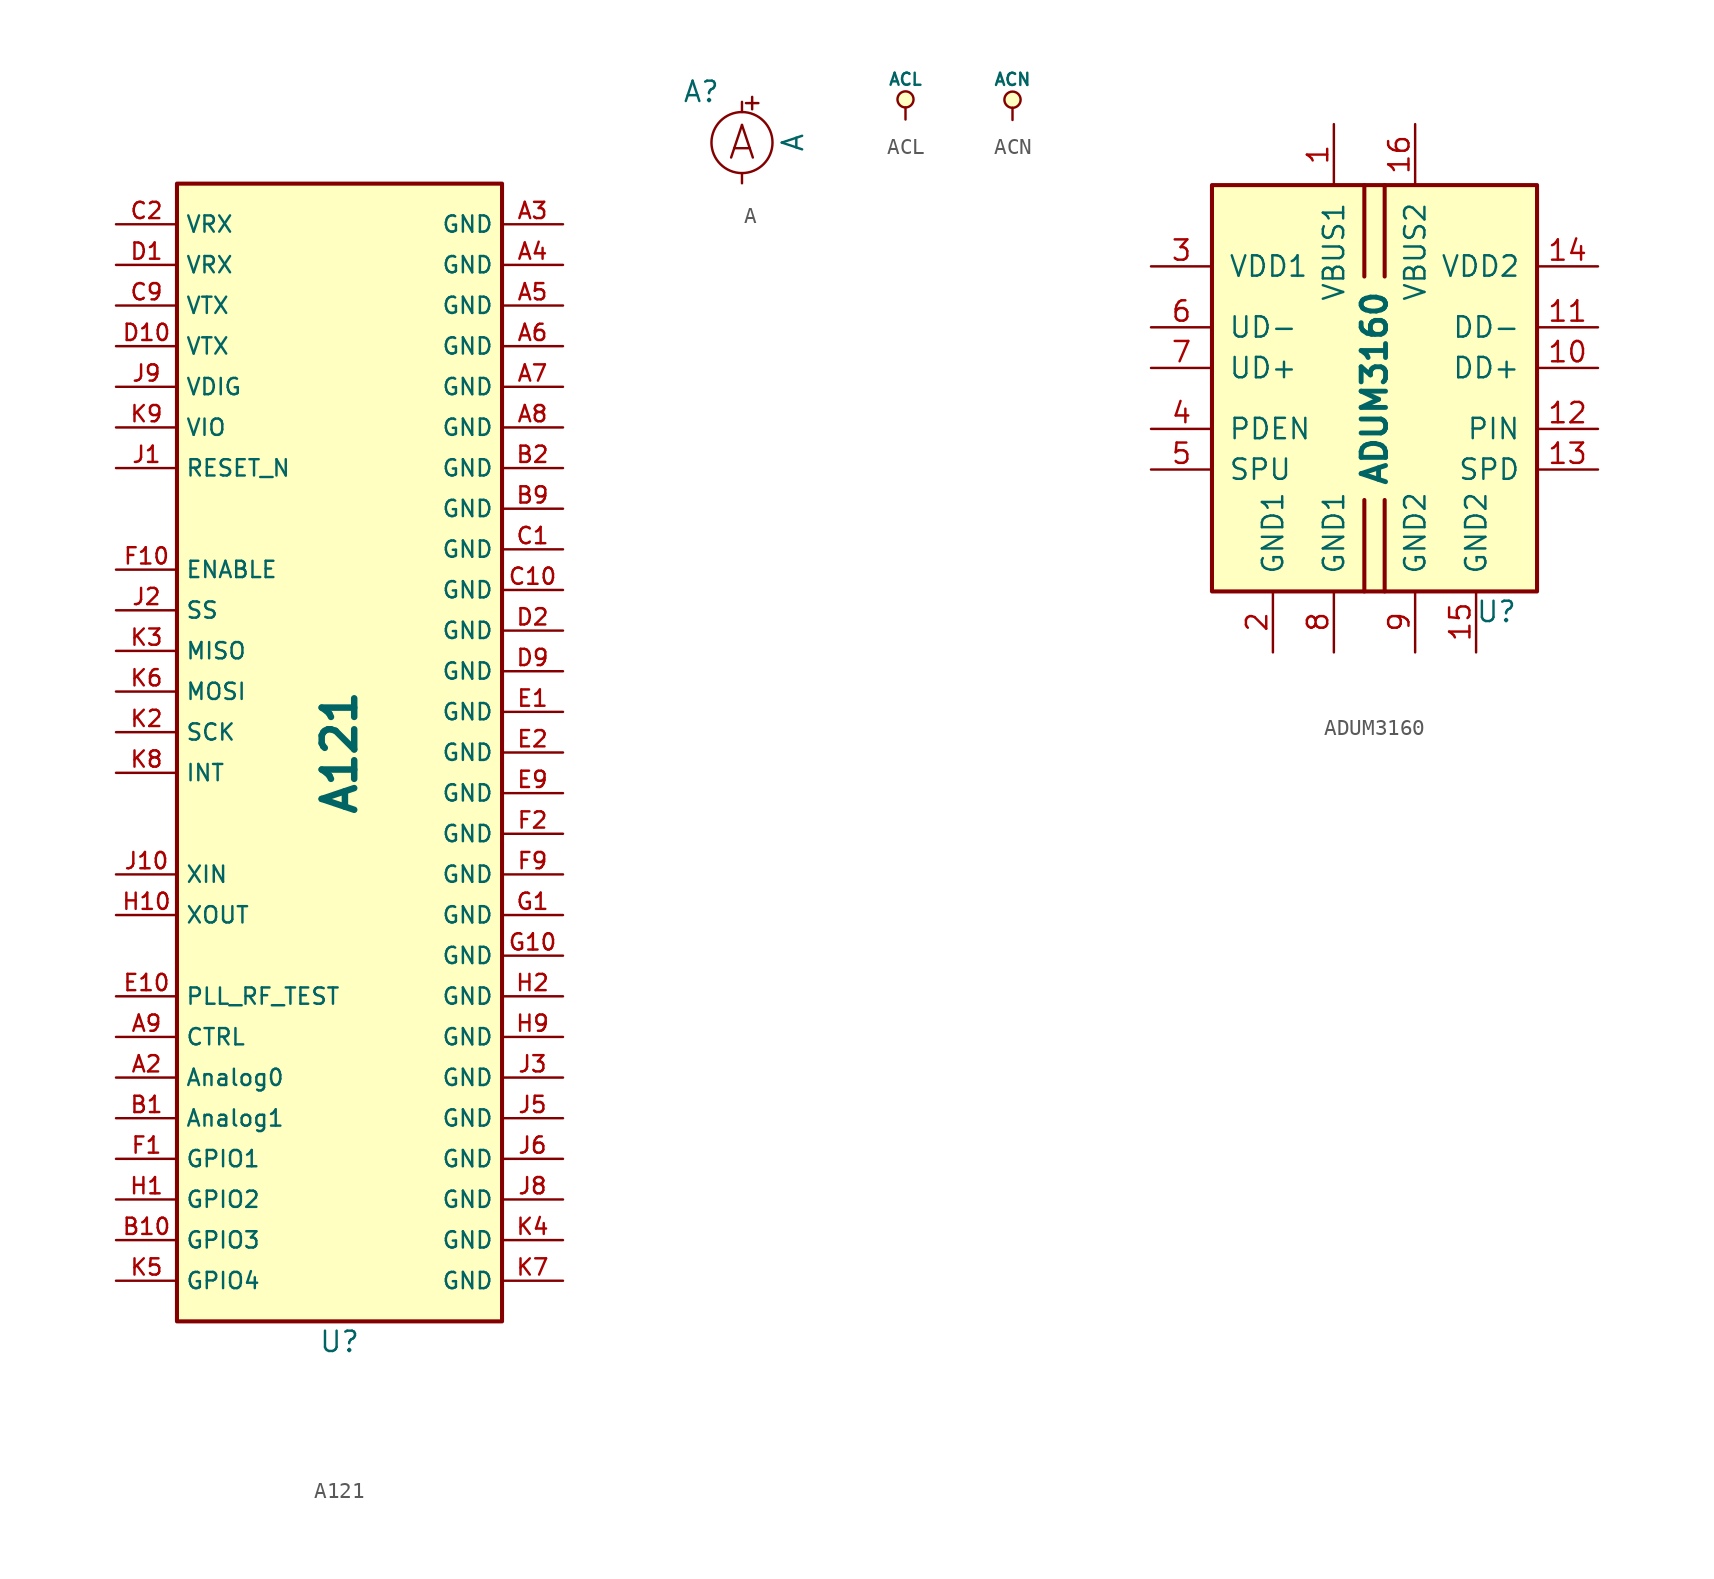
<source format=kicad_sym>
(kicad_symbol_lib
  (version 20231120)
  (generator "kicad_symbol_editor")
  (generator_version "8.0")
  (symbol "A121"
    (property "Reference" "U"
      (at 0 -36.83 0)
      (effects (font (size 1.27 1.27))))
    (property "Value" "A121"
      (at 0 0 90)
      (effects (font (size 2.032 2.032) (bold yes))))
    (symbol "A121_0_1"
      (rectangle (start -10.16 35.56) (end 10.16 -35.56) (stroke (width 0.254) (type default)) (fill (type background))))
    (symbol "A121_1_1"
      (pin passive line (at -13.97 -20.32 0) (length 3.81) (name "Analog0" (effects (font (size 1.016 1.016)))) (number "A2" (effects (font (size 1.016 1.016)))))
      (pin passive line (at 13.97 33.02 180) (length 3.81) (name "GND" (effects (font (size 1.016 1.016)))) (number "A3" (effects (font (size 1.016 1.016)))))
      (pin passive line (at 13.97 30.48 180) (length 3.81) (name "GND" (effects (font (size 1.016 1.016)))) (number "A4" (effects (font (size 1.016 1.016)))))
      (pin passive line (at 13.97 27.94 180) (length 3.81) (name "GND" (effects (font (size 1.016 1.016)))) (number "A5" (effects (font (size 1.016 1.016)))))
      (pin passive line (at 13.97 25.4 180) (length 3.81) (name "GND" (effects (font (size 1.016 1.016)))) (number "A6" (effects (font (size 1.016 1.016)))))
      (pin passive line (at 13.97 22.86 180) (length 3.81) (name "GND" (effects (font (size 1.016 1.016)))) (number "A7" (effects (font (size 1.016 1.016)))))
      (pin passive line (at 13.97 20.32 180) (length 3.81) (name "GND" (effects (font (size 1.016 1.016)))) (number "A8" (effects (font (size 1.016 1.016)))))
      (pin passive line (at -13.97 -17.78 0) (length 3.81) (name "CTRL" (effects (font (size 1.016 1.016)))) (number "A9" (effects (font (size 1.016 1.016)))))
      (pin passive line (at -13.97 -22.86 0) (length 3.81) (name "Analog1" (effects (font (size 1.016 1.016)))) (number "B1" (effects (font (size 1.016 1.016)))))
      (pin passive line (at -13.97 -30.48 0) (length 3.81) (name "GPIO3" (effects (font (size 1.016 1.016)))) (number "B10" (effects (font (size 1.016 1.016)))))
      (pin passive line (at 13.97 17.78 180) (length 3.81) (name "GND" (effects (font (size 1.016 1.016)))) (number "B2" (effects (font (size 1.016 1.016)))))
      (pin passive line (at 13.97 15.24 180) (length 3.81) (name "GND" (effects (font (size 1.016 1.016)))) (number "B9" (effects (font (size 1.016 1.016)))))
      (pin passive line (at 13.97 12.7 180) (length 3.81) (name "GND" (effects (font (size 1.016 1.016)))) (number "C1" (effects (font (size 1.016 1.016)))))
      (pin passive line (at 13.97 10.16 180) (length 3.81) (name "GND" (effects (font (size 1.016 1.016)))) (number "C10" (effects (font (size 1.016 1.016)))))
      (pin passive line (at -13.97 33.02 0) (length 3.81) (name "VRX" (effects (font (size 1.016 1.016)))) (number "C2" (effects (font (size 1.016 1.016)))))
      (pin passive line (at -13.97 27.94 0) (length 3.81) (name "VTX" (effects (font (size 1.016 1.016)))) (number "C9" (effects (font (size 1.016 1.016)))))
      (pin passive line (at -13.97 30.48 0) (length 3.81) (name "VRX" (effects (font (size 1.016 1.016)))) (number "D1" (effects (font (size 1.016 1.016)))))
      (pin passive line (at -13.97 25.4 0) (length 3.81) (name "VTX" (effects (font (size 1.016 1.016)))) (number "D10" (effects (font (size 1.016 1.016)))))
      (pin passive line (at 13.97 7.62 180) (length 3.81) (name "GND" (effects (font (size 1.016 1.016)))) (number "D2" (effects (font (size 1.016 1.016)))))
      (pin passive line (at 13.97 5.08 180) (length 3.81) (name "GND" (effects (font (size 1.016 1.016)))) (number "D9" (effects (font (size 1.016 1.016)))))
      (pin passive line (at 13.97 2.54 180) (length 3.81) (name "GND" (effects (font (size 1.016 1.016)))) (number "E1" (effects (font (size 1.016 1.016)))))
      (pin passive line (at -13.97 -15.24 0) (length 3.81) (name "PLL_RF_TEST" (effects (font (size 1.016 1.016)))) (number "E10" (effects (font (size 1.016 1.016)))))
      (pin passive line (at 13.97 0 180) (length 3.81) (name "GND" (effects (font (size 1.016 1.016)))) (number "E2" (effects (font (size 1.016 1.016)))))
      (pin passive line (at 13.97 -2.54 180) (length 3.81) (name "GND" (effects (font (size 1.016 1.016)))) (number "E9" (effects (font (size 1.016 1.016)))))
      (pin passive line (at -13.97 -25.4 0) (length 3.81) (name "GPIO1" (effects (font (size 1.016 1.016)))) (number "F1" (effects (font (size 1.016 1.016)))))
      (pin passive line (at -13.97 11.43 0) (length 3.81) (name "ENABLE" (effects (font (size 1.016 1.016)))) (number "F10" (effects (font (size 1.016 1.016)))))
      (pin passive line (at 13.97 -5.08 180) (length 3.81) (name "GND" (effects (font (size 1.016 1.016)))) (number "F2" (effects (font (size 1.016 1.016)))))
      (pin passive line (at 13.97 -7.62 180) (length 3.81) (name "GND" (effects (font (size 1.016 1.016)))) (number "F9" (effects (font (size 1.016 1.016)))))
      (pin passive line (at 13.97 -10.16 180) (length 3.81) (name "GND" (effects (font (size 1.016 1.016)))) (number "G1" (effects (font (size 1.016 1.016)))))
      (pin passive line (at 13.97 -12.7 180) (length 3.81) (name "GND" (effects (font (size 1.016 1.016)))) (number "G10" (effects (font (size 1.016 1.016)))))
      (pin passive line (at -13.97 -27.94 0) (length 3.81) (name "GPIO2" (effects (font (size 1.016 1.016)))) (number "H1" (effects (font (size 1.016 1.016)))))
      (pin passive line (at -13.97 -10.16 0) (length 3.81) (name "XOUT" (effects (font (size 1.016 1.016)))) (number "H10" (effects (font (size 1.016 1.016)))))
      (pin passive line (at 13.97 -15.24 180) (length 3.81) (name "GND" (effects (font (size 1.016 1.016)))) (number "H2" (effects (font (size 1.016 1.016)))))
      (pin passive line (at 13.97 -17.78 180) (length 3.81) (name "GND" (effects (font (size 1.016 1.016)))) (number "H9" (effects (font (size 1.016 1.016)))))
      (pin passive line (at -13.97 17.78 0) (length 3.81) (name "RESET_N" (effects (font (size 1.016 1.016)))) (number "J1" (effects (font (size 1.016 1.016)))))
      (pin passive line (at -13.97 -7.62 0) (length 3.81) (name "XIN" (effects (font (size 1.016 1.016)))) (number "J10" (effects (font (size 1.016 1.016)))))
      (pin passive line (at -13.97 8.89 0) (length 3.81) (name "SS" (effects (font (size 1.016 1.016)))) (number "J2" (effects (font (size 1.016 1.016)))))
      (pin passive line (at 13.97 -20.32 180) (length 3.81) (name "GND" (effects (font (size 1.016 1.016)))) (number "J3" (effects (font (size 1.016 1.016)))))
      (pin passive line (at 13.97 -22.86 180) (length 3.81) (name "GND" (effects (font (size 1.016 1.016)))) (number "J5" (effects (font (size 1.016 1.016)))))
      (pin passive line (at 13.97 -25.4 180) (length 3.81) (name "GND" (effects (font (size 1.016 1.016)))) (number "J6" (effects (font (size 1.016 1.016)))))
      (pin passive line (at 13.97 -27.94 180) (length 3.81) (name "GND" (effects (font (size 1.016 1.016)))) (number "J8" (effects (font (size 1.016 1.016)))))
      (pin passive line (at -13.97 22.86 0) (length 3.81) (name "VDIG" (effects (font (size 1.016 1.016)))) (number "J9" (effects (font (size 1.016 1.016)))))
      (pin passive line (at -13.97 1.27 0) (length 3.81) (name "SCK" (effects (font (size 1.016 1.016)))) (number "K2" (effects (font (size 1.016 1.016)))))
      (pin passive line (at -13.97 6.35 0) (length 3.81) (name "MISO" (effects (font (size 1.016 1.016)))) (number "K3" (effects (font (size 1.016 1.016)))))
      (pin passive line (at 13.97 -30.48 180) (length 3.81) (name "GND" (effects (font (size 1.016 1.016)))) (number "K4" (effects (font (size 1.016 1.016)))))
      (pin passive line (at -13.97 -33.02 0) (length 3.81) (name "GPIO4" (effects (font (size 1.016 1.016)))) (number "K5" (effects (font (size 1.016 1.016)))))
      (pin passive line (at -13.97 3.81 0) (length 3.81) (name "MOSI" (effects (font (size 1.016 1.016)))) (number "K6" (effects (font (size 1.016 1.016)))))
      (pin passive line (at 13.97 -33.02 180) (length 3.81) (name "GND" (effects (font (size 1.016 1.016)))) (number "K7" (effects (font (size 1.016 1.016)))))
      (pin passive line (at -13.97 -1.27 0) (length 3.81) (name "INT" (effects (font (size 1.016 1.016)))) (number "K8" (effects (font (size 1.016 1.016)))))
      (pin passive line (at -13.97 20.32 0) (length 3.81) (name "VIO" (effects (font (size 1.016 1.016)))) (number "K9" (effects (font (size 1.016 1.016)))))))
  (symbol "A"
    (pin_numbers hide)
    (pin_names
      (offset 0) hide)
    (property "Reference" "A"
      (at -2.54 3.175 0)
      (effects (font (size 1.27 1.27))))
    (property "Value" "A"
      (at 3.175 0 90)
      (effects (font (size 1.27 1.27))))
    (property "Footprint" ""
      (at -1.27 0 0)
      (effects (font (size 1.524 1.524))))
    (property "Datasheet" ""
      (at -1.27 0 0)
      (effects (font (size 1.524 1.524))))
    (symbol "A_0_0"
      (circle (center 0 0) (radius 1.905) (stroke (width 0) (type default)) (fill (type none)))
      (text "+" (at 0.635 2.54 0) (effects (font (size 1.016 1.016))))
      (text "A" (at 0 0 0) (effects (font (size 2.032 2.032)))))
    (symbol "A_1_1"
      (pin passive line (at 0 -2.54 90) (length 0.635) (name "C" (effects (font (size 1.016 1.016)))) (number "C" (effects (font (size 1.016 1.016)))))
      (pin passive line (at 0 2.54 270) (length 0.635) (name "E" (effects (font (size 1.016 1.016)))) (number "E" (effects (font (size 1.016 1.016)))))))
  (symbol "ACL"
    (power)
    (pin_names
      (offset 0))
    (property "Reference" "#PWR"
      (at 0 2.54 0)
      (effects (font (size 0.762 0.762)) (hide yes)))
    (property "Value" "ACL"
      (at 0 2.54 0)
      (effects (font (size 0.762 0.762))))
    (property "Footprint" ""
      (at 0 0 0)
      (effects (font (size 1.524 1.524))))
    (property "Datasheet" ""
      (at 0 0 0)
      (effects (font (size 1.524 1.524))))
    (symbol "ACL_0_0"
      (pin power_in line (at 0 0 90) (length 0) hide (name "ACL" (effects (font (size 0.508 0.508)))) (number "1" (effects (font (size 0.508 0.508))))))
    (symbol "ACL_0_1"
      (polyline (pts (xy 0 0) (xy 0 0.762) (xy 0 0.762)) (stroke (width 0) (type default)) (fill (type none)))
      (circle (center 0 1.27) (radius 0.508) (stroke (width 0) (type default)) (fill (type background)))))
  (symbol "ACN"
    (power)
    (pin_names
      (offset 0))
    (property "Reference" "#PWR"
      (at 0 2.54 0)
      (effects (font (size 0.762 0.762)) (hide yes)))
    (property "Value" "ACN"
      (at 0 2.54 0)
      (effects (font (size 0.762 0.762))))
    (property "Footprint" ""
      (at 0 0 0)
      (effects (font (size 1.524 1.524))))
    (property "Datasheet" ""
      (at 0 0 0)
      (effects (font (size 1.524 1.524))))
    (symbol "ACN_0_0"
      (pin power_in line (at 0 0 90) (length 0) hide (name "ACN" (effects (font (size 0.508 0.508)))) (number "1" (effects (font (size 0.508 0.508))))))
    (symbol "ACN_0_1"
      (polyline (pts (xy 0 0) (xy 0 0.762) (xy 0 0.762)) (stroke (width 0) (type default)) (fill (type none)))
      (circle (center 0 1.27) (radius 0.508) (stroke (width 0) (type default)) (fill (type background)))))
  (symbol "ADUM3160"
    (pin_names
      (offset 1.016))
    (property "Reference" "U"
      (at 7.62 -13.97 0)
      (effects (font (size 1.27 1.27))))
    (property "Value" "ADUM3160"
      (at 0 0 90)
      (effects (font (size 1.524 1.524) (bold yes))))
    (symbol "ADUM3160_0_1"
      (rectangle (start -10.16 12.7) (end 10.16 -12.7) (stroke (width 0.254) (type default)) (fill (type background)))
      (polyline (pts (xy -0.635 -12.7) (xy -0.635 -6.985)) (stroke (width 0.254) (type default)) (fill (type none)))
      (polyline (pts (xy -0.635 12.7) (xy -0.635 6.985)) (stroke (width 0.254) (type default)) (fill (type none)))
      (polyline (pts (xy 0.635 -12.7) (xy 0.635 -6.985)) (stroke (width 0.254) (type default)) (fill (type none)))
      (polyline (pts (xy 0.635 12.7) (xy 0.635 6.985)) (stroke (width 0.254) (type default)) (fill (type none))))
    (symbol "ADUM3160_1_1"
      (pin power_in line (at -2.54 16.51 270) (length 3.81) (name "VBUS1" (effects (font (size 1.27 1.27)))) (number "1" (effects (font (size 1.27 1.27)))))
      (pin bidirectional line (at 13.97 1.27 180) (length 3.81) (name "DD+" (effects (font (size 1.27 1.27)))) (number "10" (effects (font (size 1.27 1.27)))))
      (pin bidirectional line (at 13.97 3.81 180) (length 3.81) (name "DD-" (effects (font (size 1.27 1.27)))) (number "11" (effects (font (size 1.27 1.27)))))
      (pin input line (at 13.97 -2.54 180) (length 3.81) (name "PIN" (effects (font (size 1.27 1.27)))) (number "12" (effects (font (size 1.27 1.27)))))
      (pin input line (at 13.97 -5.08 180) (length 3.81) (name "SPD" (effects (font (size 1.27 1.27)))) (number "13" (effects (font (size 1.27 1.27)))))
      (pin passive line (at 13.97 7.62 180) (length 3.81) (name "VDD2" (effects (font (size 1.27 1.27)))) (number "14" (effects (font (size 1.27 1.27)))))
      (pin power_in line (at 6.35 -16.51 90) (length 3.81) (name "GND2" (effects (font (size 1.27 1.27)))) (number "15" (effects (font (size 1.27 1.27)))))
      (pin power_in line (at 2.54 16.51 270) (length 3.81) (name "VBUS2" (effects (font (size 1.27 1.27)))) (number "16" (effects (font (size 1.27 1.27)))))
      (pin power_in line (at -6.35 -16.51 90) (length 3.81) (name "GND1" (effects (font (size 1.27 1.27)))) (number "2" (effects (font (size 1.27 1.27)))))
      (pin passive line (at -13.97 7.62 0) (length 3.81) (name "VDD1" (effects (font (size 1.27 1.27)))) (number "3" (effects (font (size 1.27 1.27)))))
      (pin input line (at -13.97 -2.54 0) (length 3.81) (name "PDEN" (effects (font (size 1.27 1.27)))) (number "4" (effects (font (size 1.27 1.27)))))
      (pin input line (at -13.97 -5.08 0) (length 3.81) (name "SPU" (effects (font (size 1.27 1.27)))) (number "5" (effects (font (size 1.27 1.27)))))
      (pin bidirectional line (at -13.97 3.81 0) (length 3.81) (name "UD-" (effects (font (size 1.27 1.27)))) (number "6" (effects (font (size 1.27 1.27)))))
      (pin bidirectional line (at -13.97 1.27 0) (length 3.81) (name "UD+" (effects (font (size 1.27 1.27)))) (number "7" (effects (font (size 1.27 1.27)))))
      (pin power_in line (at -2.54 -16.51 90) (length 3.81) (name "GND1" (effects (font (size 1.27 1.27)))) (number "8" (effects (font (size 1.27 1.27)))))
      (pin power_in line (at 2.54 -16.51 90) (length 3.81) (name "GND2" (effects (font (size 1.27 1.27)))) (number "9" (effects (font (size 1.27 1.27))))))))
</source>
